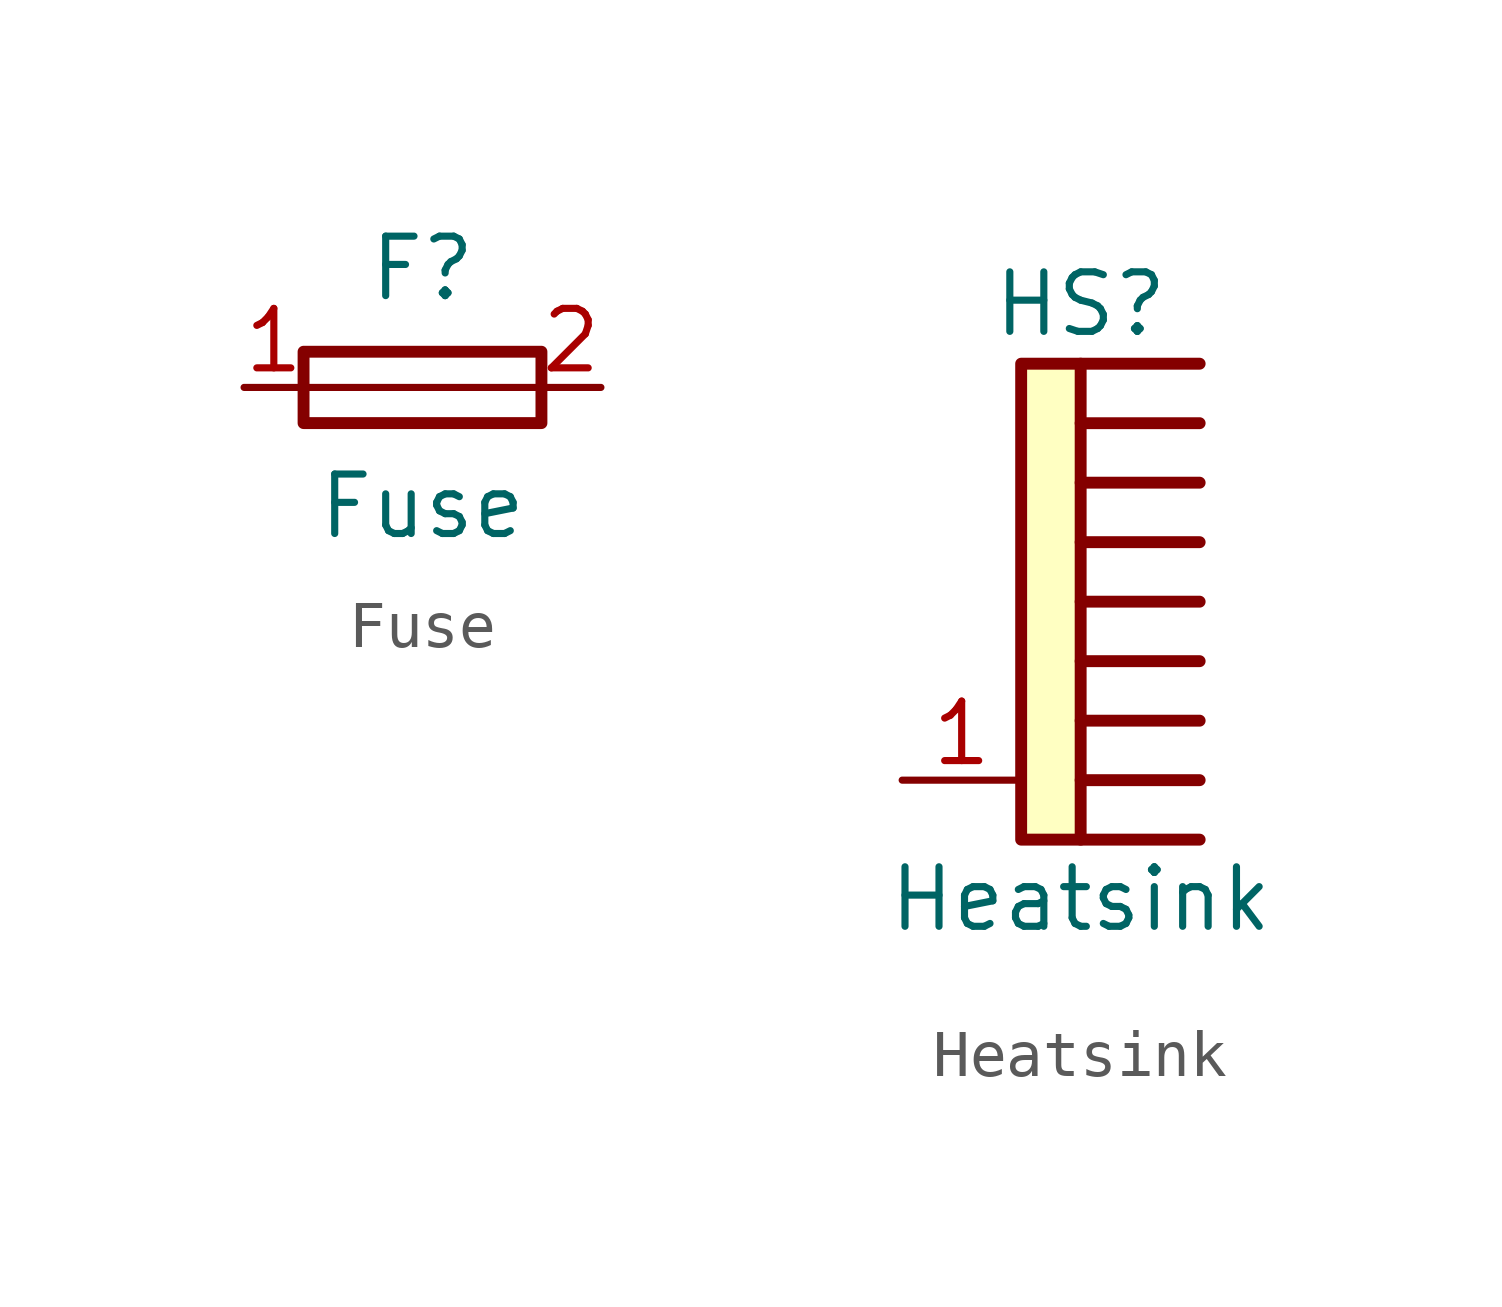
<source format=kicad_sym>
(kicad_symbol_lib
  (version 20211014)
  (generator kicad_symbol_editor)
  (symbol "Fuse"
    (pin_names
      (offset 1.016))
    (property "Reference" "F"
      (at 0 2.54 0)
      (effects (font (size 1.27 1.27))))
    (property "Value" "Fuse"
      (at 0 -2.54 0)
      (effects (font (size 1.27 1.27))))
    (symbol "Fuse_1_1"
      (polyline (pts (xy -2.54 0) (xy 2.54 0)) (stroke (width 0) (type default) (color 0 0 0 0)) (fill (type none)))
      (rectangle (start 2.54 -0.762) (end -2.54 0.762) (stroke (width 0.254) (type default) (color 0 0 0 0)) (fill (type none)))
      (pin passive line (at -3.81 0 0) (length 1.27) (name "~" (effects (font (size 1.27 1.27)))) (number "1" (effects (font (size 1.27 1.27)))))
      (pin passive line (at 3.81 0 180) (length 1.27) (name "~" (effects (font (size 1.27 1.27)))) (number "2" (effects (font (size 1.27 1.27)))))))
  (symbol "Heatsink"
    (pin_names
      (offset 1.016))
    (property "Reference" "HS"
      (at 0 6.35 0)
      (effects (font (size 1.27 1.27))))
    (property "Value" "Heatsink"
      (at 0 -6.35 0)
      (effects (font (size 1.27 1.27))))
    (symbol "Heatsink_0_1"
      (rectangle (start -1.27 5.08) (end 0 -5.08) (stroke (width 0.254) (type default) (color 0 0 0 0)) (fill (type background)))
      (polyline (pts (xy 0 -5.08) (xy 2.54 -5.08)) (stroke (width 0.254) (type default) (color 0 0 0 0)) (fill (type none)))
      (polyline (pts (xy 0 -3.81) (xy 2.54 -3.81)) (stroke (width 0.254) (type default) (color 0 0 0 0)) (fill (type none)))
      (polyline (pts (xy 0 -2.54) (xy 2.54 -2.54)) (stroke (width 0.254) (type default) (color 0 0 0 0)) (fill (type none)))
      (polyline (pts (xy 0 -1.27) (xy 2.54 -1.27)) (stroke (width 0.254) (type default) (color 0 0 0 0)) (fill (type none)))
      (polyline (pts (xy 0 0) (xy 2.54 0)) (stroke (width 0.254) (type default) (color 0 0 0 0)) (fill (type none)))
      (polyline (pts (xy 0 1.27) (xy 2.54 1.27)) (stroke (width 0.254) (type default) (color 0 0 0 0)) (fill (type none)))
      (polyline (pts (xy 0 2.54) (xy 2.54 2.54)) (stroke (width 0.254) (type default) (color 0 0 0 0)) (fill (type none)))
      (polyline (pts (xy 0 3.81) (xy 2.54 3.81)) (stroke (width 0.254) (type default) (color 0 0 0 0)) (fill (type none)))
      (polyline (pts (xy 0 5.08) (xy 2.54 5.08)) (stroke (width 0.254) (type default) (color 0 0 0 0)) (fill (type none))))
    (symbol "Heatsink_1_1"
      (pin passive line (at -3.81 -3.81 0) (length 2.54) (name "~" (effects (font (size 1.27 1.27)))) (number "1" (effects (font (size 1.27 1.27))))))))
</source>
